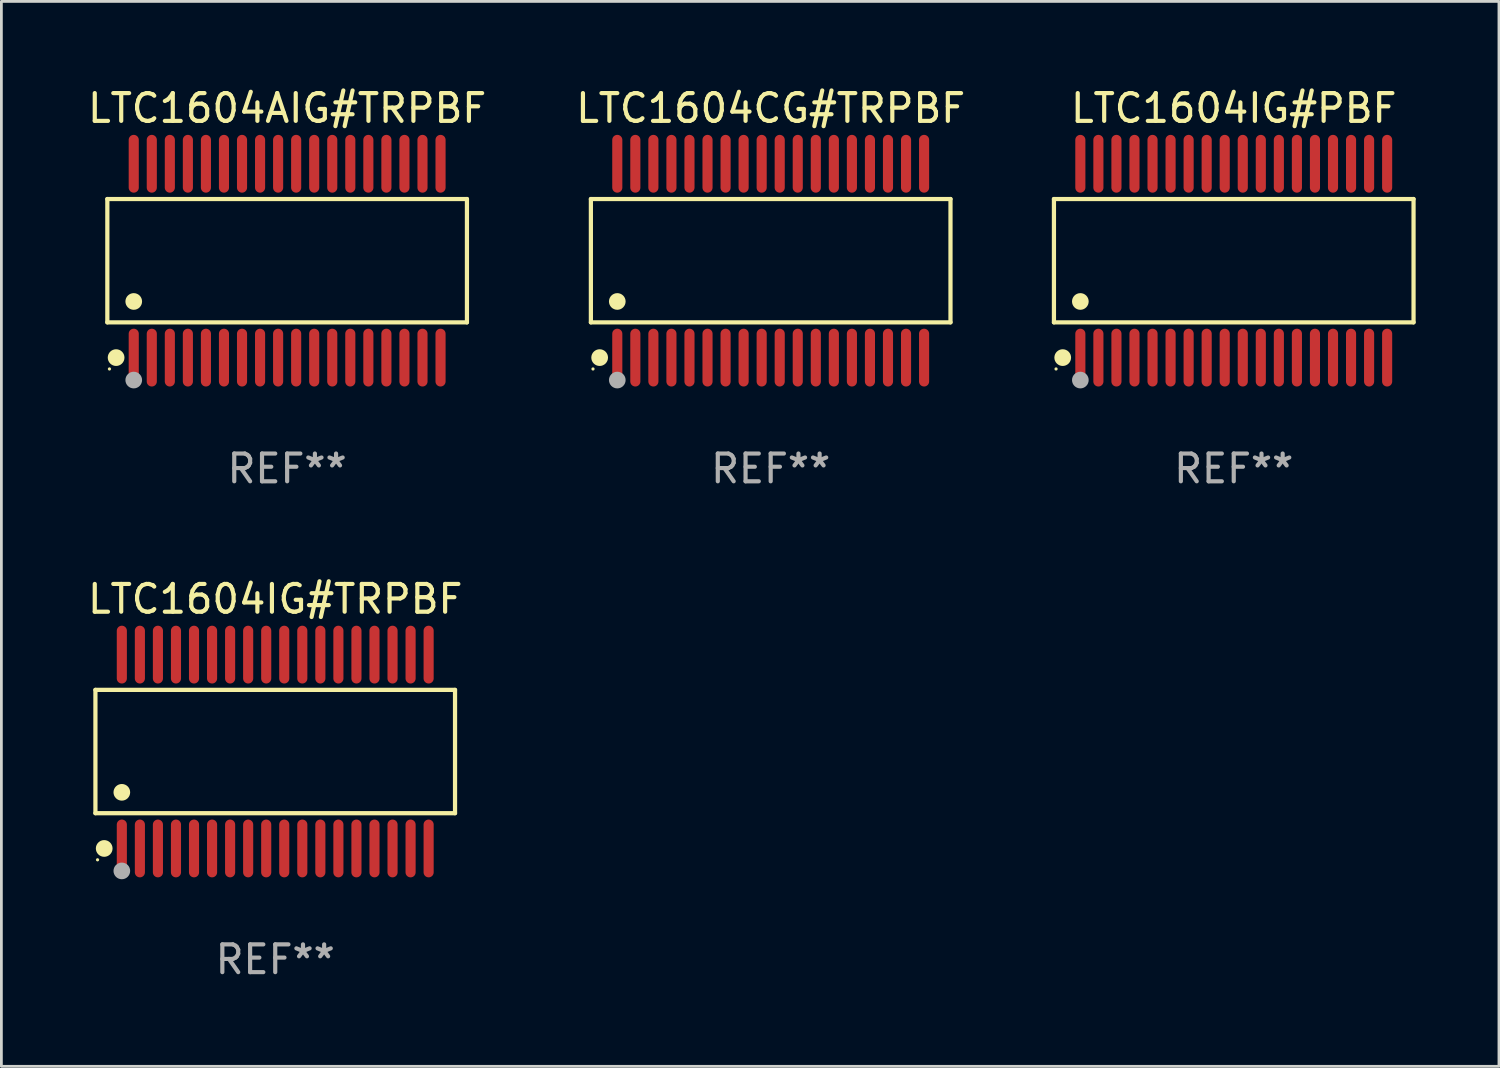
<source format=kicad_pcb>
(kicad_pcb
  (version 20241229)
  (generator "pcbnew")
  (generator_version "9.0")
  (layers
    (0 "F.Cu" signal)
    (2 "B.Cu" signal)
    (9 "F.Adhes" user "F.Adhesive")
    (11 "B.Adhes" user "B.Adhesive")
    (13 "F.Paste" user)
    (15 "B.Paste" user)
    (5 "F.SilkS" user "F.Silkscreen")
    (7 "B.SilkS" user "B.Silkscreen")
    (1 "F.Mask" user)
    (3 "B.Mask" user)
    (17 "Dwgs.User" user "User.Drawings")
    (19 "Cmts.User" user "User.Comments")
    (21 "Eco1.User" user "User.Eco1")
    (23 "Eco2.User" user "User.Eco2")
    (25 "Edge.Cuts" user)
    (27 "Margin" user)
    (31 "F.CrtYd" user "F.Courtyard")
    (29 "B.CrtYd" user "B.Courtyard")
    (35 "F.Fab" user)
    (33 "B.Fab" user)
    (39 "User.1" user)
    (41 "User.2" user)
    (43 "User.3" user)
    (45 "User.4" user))
  (footprint "LTC1604AIG#TRPBF"
    (layer "F.Cu")
    (at 7.292 6.339)
    (property "Reference" "LTC1604AIG#TRPBF" (at 0 -5.491 0) (layer "F.SilkS") (effects (font (size 1 1) (thickness 0.15))))
    (attr through_hole)
    (fp_line (start -6.476 -2.221) (end 6.476 -2.221) (stroke (width 0.152) (type solid)) (layer "F.SilkS"))
    (fp_line (start -6.476 2.221) (end -6.476 -2.221) (stroke (width 0.152) (type solid)) (layer "F.SilkS"))
    (fp_line (start 6.476 -2.221) (end 6.476 2.221) (stroke (width 0.152) (type solid)) (layer "F.SilkS"))
    (fp_line (start 6.476 2.221) (end -6.476 2.221) (stroke (width 0.152) (type solid)) (layer "F.SilkS"))
    (fp_circle (center -6.4 3.9) (end -6.37 3.9) (stroke (width 0.06) (type solid)) (fill no) (layer "F.SilkS"))
    (fp_circle (center -6.16 3.491) (end -6.009 3.491) (stroke (width 0.3) (type solid)) (fill no) (layer "F.SilkS"))
    (fp_circle (center -5.525 1.469) (end -5.375 1.469) (stroke (width 0.3) (type solid)) (fill no) (layer "F.SilkS"))
    (fp_circle (center -5.525 4.3) (end -5.375 4.3) (stroke (width 0.3) (type solid)) (fill no) (layer "F.Fab"))
    (fp_text user "REF**" (at 0 7.491 0) (layer "F.Fab") (effects (font (size 1 1) (thickness 0.15))))
    (pad "1" smd oval (at -5.525 3.491) (size 0.364 2.082) (layers "F.Cu" "F.Mask" "F.Paste"))
    (pad "2" smd oval (at -4.875 3.491) (size 0.364 2.082) (layers "F.Cu" "F.Mask" "F.Paste"))
    (pad "3" smd oval (at -4.225 3.491) (size 0.364 2.082) (layers "F.Cu" "F.Mask" "F.Paste"))
    (pad "4" smd oval (at -3.575 3.491) (size 0.364 2.082) (layers "F.Cu" "F.Mask" "F.Paste"))
    (pad "5" smd oval (at -2.925 3.491) (size 0.364 2.082) (layers "F.Cu" "F.Mask" "F.Paste"))
    (pad "6" smd oval (at -2.275 3.491) (size 0.364 2.082) (layers "F.Cu" "F.Mask" "F.Paste"))
    (pad "7" smd oval (at -1.625 3.491) (size 0.364 2.082) (layers "F.Cu" "F.Mask" "F.Paste"))
    (pad "8" smd oval (at -0.975 3.491) (size 0.364 2.082) (layers "F.Cu" "F.Mask" "F.Paste"))
    (pad "9" smd oval (at -0.325 3.491) (size 0.364 2.082) (layers "F.Cu" "F.Mask" "F.Paste"))
    (pad "10" smd oval (at 0.325 3.491) (size 0.364 2.082) (layers "F.Cu" "F.Mask" "F.Paste"))
    (pad "11" smd oval (at 0.975 3.491) (size 0.364 2.082) (layers "F.Cu" "F.Mask" "F.Paste"))
    (pad "12" smd oval (at 1.625 3.491) (size 0.364 2.082) (layers "F.Cu" "F.Mask" "F.Paste"))
    (pad "13" smd oval (at 2.275 3.491) (size 0.364 2.082) (layers "F.Cu" "F.Mask" "F.Paste"))
    (pad "14" smd oval (at 2.925 3.491) (size 0.364 2.082) (layers "F.Cu" "F.Mask" "F.Paste"))
    (pad "15" smd oval (at 3.575 3.491) (size 0.364 2.082) (layers "F.Cu" "F.Mask" "F.Paste"))
    (pad "16" smd oval (at 4.225 3.491) (size 0.364 2.082) (layers "F.Cu" "F.Mask" "F.Paste"))
    (pad "17" smd oval (at 4.875 3.491) (size 0.364 2.082) (layers "F.Cu" "F.Mask" "F.Paste"))
    (pad "18" smd oval (at 5.525 3.491) (size 0.364 2.082) (layers "F.Cu" "F.Mask" "F.Paste"))
    (pad "19" smd oval (at 5.525 -3.491) (size 0.364 2.082) (layers "F.Cu" "F.Mask" "F.Paste"))
    (pad "20" smd oval (at 4.875 -3.491) (size 0.364 2.082) (layers "F.Cu" "F.Mask" "F.Paste"))
    (pad "21" smd oval (at 4.225 -3.491) (size 0.364 2.082) (layers "F.Cu" "F.Mask" "F.Paste"))
    (pad "22" smd oval (at 3.575 -3.491) (size 0.364 2.082) (layers "F.Cu" "F.Mask" "F.Paste"))
    (pad "23" smd oval (at 2.925 -3.491) (size 0.364 2.082) (layers "F.Cu" "F.Mask" "F.Paste"))
    (pad "24" smd oval (at 2.275 -3.491) (size 0.364 2.082) (layers "F.Cu" "F.Mask" "F.Paste"))
    (pad "25" smd oval (at 1.625 -3.491) (size 0.364 2.082) (layers "F.Cu" "F.Mask" "F.Paste"))
    (pad "26" smd oval (at 0.975 -3.491) (size 0.364 2.082) (layers "F.Cu" "F.Mask" "F.Paste"))
    (pad "27" smd oval (at 0.325 -3.491) (size 0.364 2.082) (layers "F.Cu" "F.Mask" "F.Paste"))
    (pad "28" smd oval (at -0.325 -3.491) (size 0.364 2.082) (layers "F.Cu" "F.Mask" "F.Paste"))
    (pad "29" smd oval (at -0.975 -3.491) (size 0.364 2.082) (layers "F.Cu" "F.Mask" "F.Paste"))
    (pad "30" smd oval (at -1.625 -3.491) (size 0.364 2.082) (layers "F.Cu" "F.Mask" "F.Paste"))
    (pad "31" smd oval (at -2.275 -3.491) (size 0.364 2.082) (layers "F.Cu" "F.Mask" "F.Paste"))
    (pad "32" smd oval (at -2.925 -3.491) (size 0.364 2.082) (layers "F.Cu" "F.Mask" "F.Paste"))
    (pad "33" smd oval (at -3.575 -3.491) (size 0.364 2.082) (layers "F.Cu" "F.Mask" "F.Paste"))
    (pad "34" smd oval (at -4.225 -3.491) (size 0.364 2.082) (layers "F.Cu" "F.Mask" "F.Paste"))
    (pad "35" smd oval (at -4.875 -3.491) (size 0.364 2.082) (layers "F.Cu" "F.Mask" "F.Paste"))
    (pad "36" smd oval (at -5.525 -3.491) (size 0.364 2.082) (layers "F.Cu" "F.Mask" "F.Paste")))
  (footprint "LTC1604CG#TRPBF"
    (layer "F.Cu")
    (at 24.708 6.339)
    (property "Reference" "LTC1604CG#TRPBF" (at 0 -5.491 0) (layer "F.SilkS") (effects (font (size 1 1) (thickness 0.15))))
    (attr through_hole)
    (fp_line (start -6.476 -2.221) (end 6.476 -2.221) (stroke (width 0.152) (type solid)) (layer "F.SilkS"))
    (fp_line (start -6.476 2.221) (end -6.476 -2.221) (stroke (width 0.152) (type solid)) (layer "F.SilkS"))
    (fp_line (start 6.476 -2.221) (end 6.476 2.221) (stroke (width 0.152) (type solid)) (layer "F.SilkS"))
    (fp_line (start 6.476 2.221) (end -6.476 2.221) (stroke (width 0.152) (type solid)) (layer "F.SilkS"))
    (fp_circle (center -6.4 3.9) (end -6.37 3.9) (stroke (width 0.06) (type solid)) (fill no) (layer "F.SilkS"))
    (fp_circle (center -6.16 3.491) (end -6.009 3.491) (stroke (width 0.3) (type solid)) (fill no) (layer "F.SilkS"))
    (fp_circle (center -5.525 1.469) (end -5.375 1.469) (stroke (width 0.3) (type solid)) (fill no) (layer "F.SilkS"))
    (fp_circle (center -5.525 4.3) (end -5.375 4.3) (stroke (width 0.3) (type solid)) (fill no) (layer "F.Fab"))
    (fp_text user "REF**" (at 0 7.491 0) (layer "F.Fab") (effects (font (size 1 1) (thickness 0.15))))
    (pad "1" smd oval (at -5.525 3.491) (size 0.364 2.082) (layers "F.Cu" "F.Mask" "F.Paste"))
    (pad "2" smd oval (at -4.875 3.491) (size 0.364 2.082) (layers "F.Cu" "F.Mask" "F.Paste"))
    (pad "3" smd oval (at -4.225 3.491) (size 0.364 2.082) (layers "F.Cu" "F.Mask" "F.Paste"))
    (pad "4" smd oval (at -3.575 3.491) (size 0.364 2.082) (layers "F.Cu" "F.Mask" "F.Paste"))
    (pad "5" smd oval (at -2.925 3.491) (size 0.364 2.082) (layers "F.Cu" "F.Mask" "F.Paste"))
    (pad "6" smd oval (at -2.275 3.491) (size 0.364 2.082) (layers "F.Cu" "F.Mask" "F.Paste"))
    (pad "7" smd oval (at -1.625 3.491) (size 0.364 2.082) (layers "F.Cu" "F.Mask" "F.Paste"))
    (pad "8" smd oval (at -0.975 3.491) (size 0.364 2.082) (layers "F.Cu" "F.Mask" "F.Paste"))
    (pad "9" smd oval (at -0.325 3.491) (size 0.364 2.082) (layers "F.Cu" "F.Mask" "F.Paste"))
    (pad "10" smd oval (at 0.325 3.491) (size 0.364 2.082) (layers "F.Cu" "F.Mask" "F.Paste"))
    (pad "11" smd oval (at 0.975 3.491) (size 0.364 2.082) (layers "F.Cu" "F.Mask" "F.Paste"))
    (pad "12" smd oval (at 1.625 3.491) (size 0.364 2.082) (layers "F.Cu" "F.Mask" "F.Paste"))
    (pad "13" smd oval (at 2.275 3.491) (size 0.364 2.082) (layers "F.Cu" "F.Mask" "F.Paste"))
    (pad "14" smd oval (at 2.925 3.491) (size 0.364 2.082) (layers "F.Cu" "F.Mask" "F.Paste"))
    (pad "15" smd oval (at 3.575 3.491) (size 0.364 2.082) (layers "F.Cu" "F.Mask" "F.Paste"))
    (pad "16" smd oval (at 4.225 3.491) (size 0.364 2.082) (layers "F.Cu" "F.Mask" "F.Paste"))
    (pad "17" smd oval (at 4.875 3.491) (size 0.364 2.082) (layers "F.Cu" "F.Mask" "F.Paste"))
    (pad "18" smd oval (at 5.525 3.491) (size 0.364 2.082) (layers "F.Cu" "F.Mask" "F.Paste"))
    (pad "19" smd oval (at 5.525 -3.491) (size 0.364 2.082) (layers "F.Cu" "F.Mask" "F.Paste"))
    (pad "20" smd oval (at 4.875 -3.491) (size 0.364 2.082) (layers "F.Cu" "F.Mask" "F.Paste"))
    (pad "21" smd oval (at 4.225 -3.491) (size 0.364 2.082) (layers "F.Cu" "F.Mask" "F.Paste"))
    (pad "22" smd oval (at 3.575 -3.491) (size 0.364 2.082) (layers "F.Cu" "F.Mask" "F.Paste"))
    (pad "23" smd oval (at 2.925 -3.491) (size 0.364 2.082) (layers "F.Cu" "F.Mask" "F.Paste"))
    (pad "24" smd oval (at 2.275 -3.491) (size 0.364 2.082) (layers "F.Cu" "F.Mask" "F.Paste"))
    (pad "25" smd oval (at 1.625 -3.491) (size 0.364 2.082) (layers "F.Cu" "F.Mask" "F.Paste"))
    (pad "26" smd oval (at 0.975 -3.491) (size 0.364 2.082) (layers "F.Cu" "F.Mask" "F.Paste"))
    (pad "27" smd oval (at 0.325 -3.491) (size 0.364 2.082) (layers "F.Cu" "F.Mask" "F.Paste"))
    (pad "28" smd oval (at -0.325 -3.491) (size 0.364 2.082) (layers "F.Cu" "F.Mask" "F.Paste"))
    (pad "29" smd oval (at -0.975 -3.491) (size 0.364 2.082) (layers "F.Cu" "F.Mask" "F.Paste"))
    (pad "30" smd oval (at -1.625 -3.491) (size 0.364 2.082) (layers "F.Cu" "F.Mask" "F.Paste"))
    (pad "31" smd oval (at -2.275 -3.491) (size 0.364 2.082) (layers "F.Cu" "F.Mask" "F.Paste"))
    (pad "32" smd oval (at -2.925 -3.491) (size 0.364 2.082) (layers "F.Cu" "F.Mask" "F.Paste"))
    (pad "33" smd oval (at -3.575 -3.491) (size 0.364 2.082) (layers "F.Cu" "F.Mask" "F.Paste"))
    (pad "34" smd oval (at -4.225 -3.491) (size 0.364 2.082) (layers "F.Cu" "F.Mask" "F.Paste"))
    (pad "35" smd oval (at -4.875 -3.491) (size 0.364 2.082) (layers "F.Cu" "F.Mask" "F.Paste"))
    (pad "36" smd oval (at -5.525 -3.491) (size 0.364 2.082) (layers "F.Cu" "F.Mask" "F.Paste")))
  (footprint "LTC1604IG#TRPBF"
    (layer "F.Cu")
    (at 6.863 24.018)
    (property "Reference" "LTC1604IG#TRPBF" (at 0 -5.491 0) (layer "F.SilkS") (effects (font (size 1 1) (thickness 0.15))))
    (attr through_hole)
    (fp_line (start -6.476 -2.221) (end 6.476 -2.221) (stroke (width 0.152) (type solid)) (layer "F.SilkS"))
    (fp_line (start -6.476 2.221) (end -6.476 -2.221) (stroke (width 0.152) (type solid)) (layer "F.SilkS"))
    (fp_line (start 6.476 -2.221) (end 6.476 2.221) (stroke (width 0.152) (type solid)) (layer "F.SilkS"))
    (fp_line (start 6.476 2.221) (end -6.476 2.221) (stroke (width 0.152) (type solid)) (layer "F.SilkS"))
    (fp_circle (center -6.4 3.9) (end -6.37 3.9) (stroke (width 0.06) (type solid)) (fill no) (layer "F.SilkS"))
    (fp_circle (center -6.16 3.491) (end -6.009 3.491) (stroke (width 0.3) (type solid)) (fill no) (layer "F.SilkS"))
    (fp_circle (center -5.525 1.469) (end -5.375 1.469) (stroke (width 0.3) (type solid)) (fill no) (layer "F.SilkS"))
    (fp_circle (center -5.525 4.3) (end -5.375 4.3) (stroke (width 0.3) (type solid)) (fill no) (layer "F.Fab"))
    (fp_text user "REF**" (at 0 7.491 0) (layer "F.Fab") (effects (font (size 1 1) (thickness 0.15))))
    (pad "1" smd oval (at -5.525 3.491) (size 0.364 2.082) (layers "F.Cu" "F.Mask" "F.Paste"))
    (pad "2" smd oval (at -4.875 3.491) (size 0.364 2.082) (layers "F.Cu" "F.Mask" "F.Paste"))
    (pad "3" smd oval (at -4.225 3.491) (size 0.364 2.082) (layers "F.Cu" "F.Mask" "F.Paste"))
    (pad "4" smd oval (at -3.575 3.491) (size 0.364 2.082) (layers "F.Cu" "F.Mask" "F.Paste"))
    (pad "5" smd oval (at -2.925 3.491) (size 0.364 2.082) (layers "F.Cu" "F.Mask" "F.Paste"))
    (pad "6" smd oval (at -2.275 3.491) (size 0.364 2.082) (layers "F.Cu" "F.Mask" "F.Paste"))
    (pad "7" smd oval (at -1.625 3.491) (size 0.364 2.082) (layers "F.Cu" "F.Mask" "F.Paste"))
    (pad "8" smd oval (at -0.975 3.491) (size 0.364 2.082) (layers "F.Cu" "F.Mask" "F.Paste"))
    (pad "9" smd oval (at -0.325 3.491) (size 0.364 2.082) (layers "F.Cu" "F.Mask" "F.Paste"))
    (pad "10" smd oval (at 0.325 3.491) (size 0.364 2.082) (layers "F.Cu" "F.Mask" "F.Paste"))
    (pad "11" smd oval (at 0.975 3.491) (size 0.364 2.082) (layers "F.Cu" "F.Mask" "F.Paste"))
    (pad "12" smd oval (at 1.625 3.491) (size 0.364 2.082) (layers "F.Cu" "F.Mask" "F.Paste"))
    (pad "13" smd oval (at 2.275 3.491) (size 0.364 2.082) (layers "F.Cu" "F.Mask" "F.Paste"))
    (pad "14" smd oval (at 2.925 3.491) (size 0.364 2.082) (layers "F.Cu" "F.Mask" "F.Paste"))
    (pad "15" smd oval (at 3.575 3.491) (size 0.364 2.082) (layers "F.Cu" "F.Mask" "F.Paste"))
    (pad "16" smd oval (at 4.225 3.491) (size 0.364 2.082) (layers "F.Cu" "F.Mask" "F.Paste"))
    (pad "17" smd oval (at 4.875 3.491) (size 0.364 2.082) (layers "F.Cu" "F.Mask" "F.Paste"))
    (pad "18" smd oval (at 5.525 3.491) (size 0.364 2.082) (layers "F.Cu" "F.Mask" "F.Paste"))
    (pad "19" smd oval (at 5.525 -3.491) (size 0.364 2.082) (layers "F.Cu" "F.Mask" "F.Paste"))
    (pad "20" smd oval (at 4.875 -3.491) (size 0.364 2.082) (layers "F.Cu" "F.Mask" "F.Paste"))
    (pad "21" smd oval (at 4.225 -3.491) (size 0.364 2.082) (layers "F.Cu" "F.Mask" "F.Paste"))
    (pad "22" smd oval (at 3.575 -3.491) (size 0.364 2.082) (layers "F.Cu" "F.Mask" "F.Paste"))
    (pad "23" smd oval (at 2.925 -3.491) (size 0.364 2.082) (layers "F.Cu" "F.Mask" "F.Paste"))
    (pad "24" smd oval (at 2.275 -3.491) (size 0.364 2.082) (layers "F.Cu" "F.Mask" "F.Paste"))
    (pad "25" smd oval (at 1.625 -3.491) (size 0.364 2.082) (layers "F.Cu" "F.Mask" "F.Paste"))
    (pad "26" smd oval (at 0.975 -3.491) (size 0.364 2.082) (layers "F.Cu" "F.Mask" "F.Paste"))
    (pad "27" smd oval (at 0.325 -3.491) (size 0.364 2.082) (layers "F.Cu" "F.Mask" "F.Paste"))
    (pad "28" smd oval (at -0.325 -3.491) (size 0.364 2.082) (layers "F.Cu" "F.Mask" "F.Paste"))
    (pad "29" smd oval (at -0.975 -3.491) (size 0.364 2.082) (layers "F.Cu" "F.Mask" "F.Paste"))
    (pad "30" smd oval (at -1.625 -3.491) (size 0.364 2.082) (layers "F.Cu" "F.Mask" "F.Paste"))
    (pad "31" smd oval (at -2.275 -3.491) (size 0.364 2.082) (layers "F.Cu" "F.Mask" "F.Paste"))
    (pad "32" smd oval (at -2.925 -3.491) (size 0.364 2.082) (layers "F.Cu" "F.Mask" "F.Paste"))
    (pad "33" smd oval (at -3.575 -3.491) (size 0.364 2.082) (layers "F.Cu" "F.Mask" "F.Paste"))
    (pad "34" smd oval (at -4.225 -3.491) (size 0.364 2.082) (layers "F.Cu" "F.Mask" "F.Paste"))
    (pad "35" smd oval (at -4.875 -3.491) (size 0.364 2.082) (layers "F.Cu" "F.Mask" "F.Paste"))
    (pad "36" smd oval (at -5.525 -3.491) (size 0.364 2.082) (layers "F.Cu" "F.Mask" "F.Paste")))
  (footprint "LTC1604IG#PBF"
    (layer "F.Cu")
    (at 41.386 6.339)
    (property "Reference" "LTC1604IG#PBF" (at 0 -5.491 0) (layer "F.SilkS") (effects (font (size 1 1) (thickness 0.15))))
    (attr through_hole)
    (fp_line (start -6.476 -2.221) (end 6.476 -2.221) (stroke (width 0.152) (type solid)) (layer "F.SilkS"))
    (fp_line (start -6.476 2.221) (end -6.476 -2.221) (stroke (width 0.152) (type solid)) (layer "F.SilkS"))
    (fp_line (start 6.476 -2.221) (end 6.476 2.221) (stroke (width 0.152) (type solid)) (layer "F.SilkS"))
    (fp_line (start 6.476 2.221) (end -6.476 2.221) (stroke (width 0.152) (type solid)) (layer "F.SilkS"))
    (fp_circle (center -6.4 3.9) (end -6.37 3.9) (stroke (width 0.06) (type solid)) (fill no) (layer "F.SilkS"))
    (fp_circle (center -6.16 3.491) (end -6.009 3.491) (stroke (width 0.3) (type solid)) (fill no) (layer "F.SilkS"))
    (fp_circle (center -5.525 1.469) (end -5.375 1.469) (stroke (width 0.3) (type solid)) (fill no) (layer "F.SilkS"))
    (fp_circle (center -5.525 4.3) (end -5.375 4.3) (stroke (width 0.3) (type solid)) (fill no) (layer "F.Fab"))
    (fp_text user "REF**" (at 0 7.491 0) (layer "F.Fab") (effects (font (size 1 1) (thickness 0.15))))
    (pad "1" smd oval (at -5.525 3.491) (size 0.364 2.082) (layers "F.Cu" "F.Mask" "F.Paste"))
    (pad "2" smd oval (at -4.875 3.491) (size 0.364 2.082) (layers "F.Cu" "F.Mask" "F.Paste"))
    (pad "3" smd oval (at -4.225 3.491) (size 0.364 2.082) (layers "F.Cu" "F.Mask" "F.Paste"))
    (pad "4" smd oval (at -3.575 3.491) (size 0.364 2.082) (layers "F.Cu" "F.Mask" "F.Paste"))
    (pad "5" smd oval (at -2.925 3.491) (size 0.364 2.082) (layers "F.Cu" "F.Mask" "F.Paste"))
    (pad "6" smd oval (at -2.275 3.491) (size 0.364 2.082) (layers "F.Cu" "F.Mask" "F.Paste"))
    (pad "7" smd oval (at -1.625 3.491) (size 0.364 2.082) (layers "F.Cu" "F.Mask" "F.Paste"))
    (pad "8" smd oval (at -0.975 3.491) (size 0.364 2.082) (layers "F.Cu" "F.Mask" "F.Paste"))
    (pad "9" smd oval (at -0.325 3.491) (size 0.364 2.082) (layers "F.Cu" "F.Mask" "F.Paste"))
    (pad "10" smd oval (at 0.325 3.491) (size 0.364 2.082) (layers "F.Cu" "F.Mask" "F.Paste"))
    (pad "11" smd oval (at 0.975 3.491) (size 0.364 2.082) (layers "F.Cu" "F.Mask" "F.Paste"))
    (pad "12" smd oval (at 1.625 3.491) (size 0.364 2.082) (layers "F.Cu" "F.Mask" "F.Paste"))
    (pad "13" smd oval (at 2.275 3.491) (size 0.364 2.082) (layers "F.Cu" "F.Mask" "F.Paste"))
    (pad "14" smd oval (at 2.925 3.491) (size 0.364 2.082) (layers "F.Cu" "F.Mask" "F.Paste"))
    (pad "15" smd oval (at 3.575 3.491) (size 0.364 2.082) (layers "F.Cu" "F.Mask" "F.Paste"))
    (pad "16" smd oval (at 4.225 3.491) (size 0.364 2.082) (layers "F.Cu" "F.Mask" "F.Paste"))
    (pad "17" smd oval (at 4.875 3.491) (size 0.364 2.082) (layers "F.Cu" "F.Mask" "F.Paste"))
    (pad "18" smd oval (at 5.525 3.491) (size 0.364 2.082) (layers "F.Cu" "F.Mask" "F.Paste"))
    (pad "19" smd oval (at 5.525 -3.491) (size 0.364 2.082) (layers "F.Cu" "F.Mask" "F.Paste"))
    (pad "20" smd oval (at 4.875 -3.491) (size 0.364 2.082) (layers "F.Cu" "F.Mask" "F.Paste"))
    (pad "21" smd oval (at 4.225 -3.491) (size 0.364 2.082) (layers "F.Cu" "F.Mask" "F.Paste"))
    (pad "22" smd oval (at 3.575 -3.491) (size 0.364 2.082) (layers "F.Cu" "F.Mask" "F.Paste"))
    (pad "23" smd oval (at 2.925 -3.491) (size 0.364 2.082) (layers "F.Cu" "F.Mask" "F.Paste"))
    (pad "24" smd oval (at 2.275 -3.491) (size 0.364 2.082) (layers "F.Cu" "F.Mask" "F.Paste"))
    (pad "25" smd oval (at 1.625 -3.491) (size 0.364 2.082) (layers "F.Cu" "F.Mask" "F.Paste"))
    (pad "26" smd oval (at 0.975 -3.491) (size 0.364 2.082) (layers "F.Cu" "F.Mask" "F.Paste"))
    (pad "27" smd oval (at 0.325 -3.491) (size 0.364 2.082) (layers "F.Cu" "F.Mask" "F.Paste"))
    (pad "28" smd oval (at -0.325 -3.491) (size 0.364 2.082) (layers "F.Cu" "F.Mask" "F.Paste"))
    (pad "29" smd oval (at -0.975 -3.491) (size 0.364 2.082) (layers "F.Cu" "F.Mask" "F.Paste"))
    (pad "30" smd oval (at -1.625 -3.491) (size 0.364 2.082) (layers "F.Cu" "F.Mask" "F.Paste"))
    (pad "31" smd oval (at -2.275 -3.491) (size 0.364 2.082) (layers "F.Cu" "F.Mask" "F.Paste"))
    (pad "32" smd oval (at -2.925 -3.491) (size 0.364 2.082) (layers "F.Cu" "F.Mask" "F.Paste"))
    (pad "33" smd oval (at -3.575 -3.491) (size 0.364 2.082) (layers "F.Cu" "F.Mask" "F.Paste"))
    (pad "34" smd oval (at -4.225 -3.491) (size 0.364 2.082) (layers "F.Cu" "F.Mask" "F.Paste"))
    (pad "35" smd oval (at -4.875 -3.491) (size 0.364 2.082) (layers "F.Cu" "F.Mask" "F.Paste"))
    (pad "36" smd oval (at -5.525 -3.491) (size 0.364 2.082) (layers "F.Cu" "F.Mask" "F.Paste")))
  (gr_rect
    (start -3 -3)
    (end 50.938 35.357)
    (stroke (width 0.1) (type default))
    (fill no)
    (layer "Edge.Cuts")))
</source>
